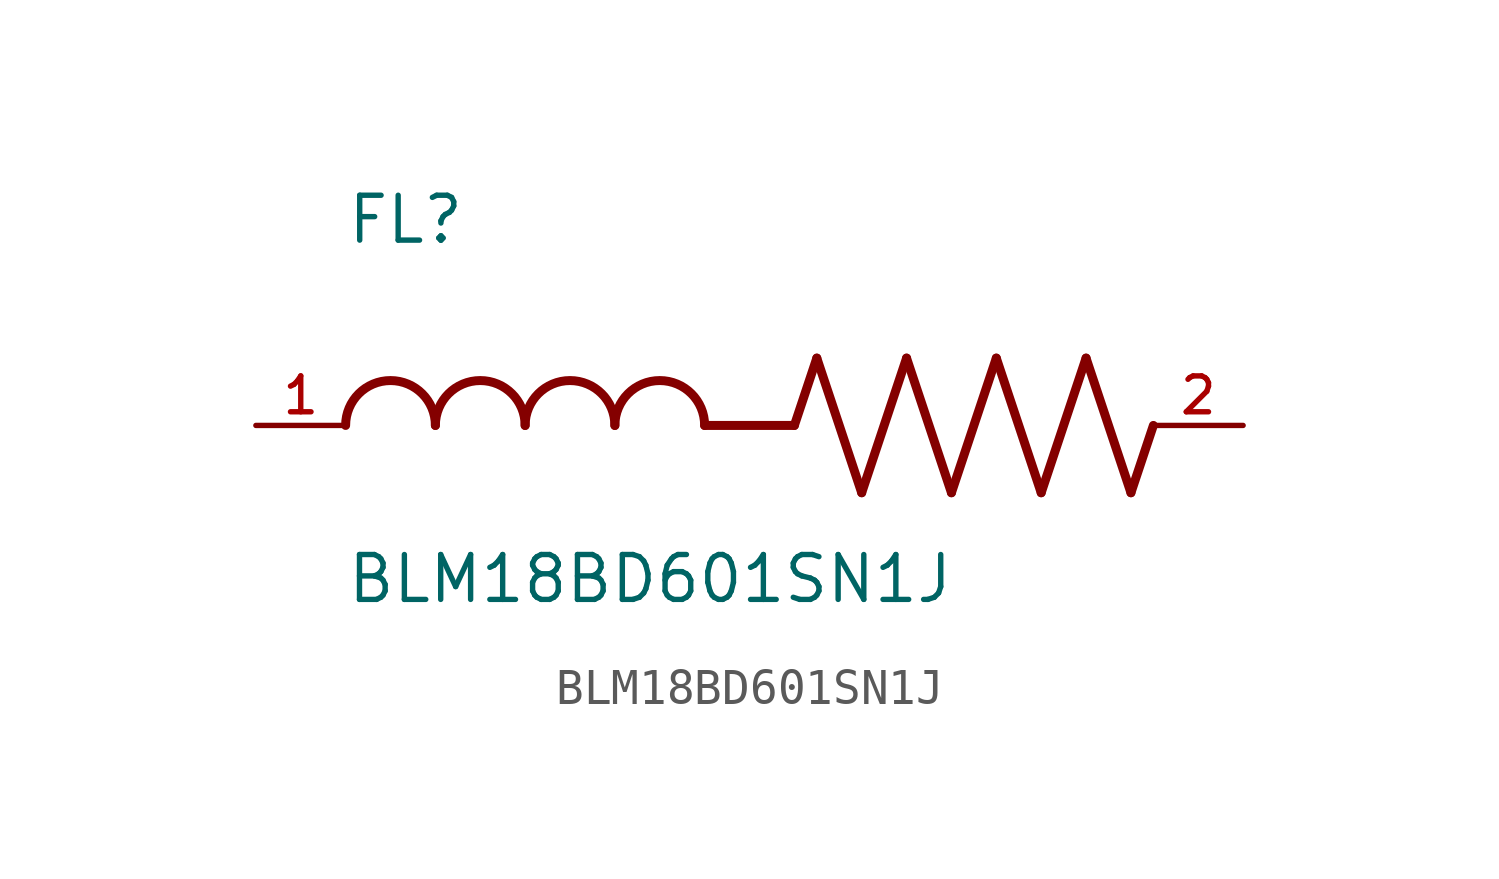
<source format=kicad_sym>
(kicad_symbol_lib
  (version 20211014)
  (generator kicad_symbol_editor)
  (symbol "BLM18BD601SN1J"
    (pin_names
      (offset 1.016))
    (property "Reference" "FL"
      (at -12.704 5.081 0)
      (effects (font (size 1.27 1.27)) (justify bottom left)))
    (property "Value" "BLM18BD601SN1J"
      (at -12.71 -5.087 0)
      (effects (font (size 1.27 1.27)) (justify bottom left)))
    (symbol "BLM18BD601SN1J_0_0"
      (polyline (pts (xy 0.0 0.0) (xy 0.635 1.905)) (stroke (width 0.254)))
      (polyline (pts (xy 0.635 1.905) (xy 1.905 -1.905)) (stroke (width 0.254)))
      (polyline (pts (xy 1.905 -1.905) (xy 3.175 1.905)) (stroke (width 0.254)))
      (polyline (pts (xy 3.175 1.905) (xy 4.445 -1.905)) (stroke (width 0.254)))
      (polyline (pts (xy 4.445 -1.905) (xy 5.715 1.905)) (stroke (width 0.254)))
      (polyline (pts (xy 5.715 1.905) (xy 6.985 -1.905)) (stroke (width 0.254)))
      (polyline (pts (xy 6.985 -1.905) (xy 8.255 1.905)) (stroke (width 0.254)))
      (polyline (pts (xy 8.255 1.905) (xy 9.525 -1.905)) (stroke (width 0.254)))
      (polyline (pts (xy 9.525 -1.905) (xy 10.16 0.0)) (stroke (width 0.254)))
      (arc (start -10.16 0.0) (mid -11.43 1.27) (end -12.7 0.0) (stroke (width 0.254) (type default) (color 0 0 0 0)) (fill (type none)))
      (arc (start -7.62 0.0) (mid -8.89 1.27) (end -10.16 0.0) (stroke (width 0.254) (type default) (color 0 0 0 0)) (fill (type none)))
      (arc (start -5.08 0.0) (mid -6.35 1.27) (end -7.62 0.0) (stroke (width 0.254) (type default) (color 0 0 0 0)) (fill (type none)))
      (arc (start -2.54 0.0) (mid -3.81 1.27) (end -5.08 0.0) (stroke (width 0.254) (type default) (color 0 0 0 0)) (fill (type none)))
      (polyline (pts (xy 0.0 0.0) (xy -2.54 0.0)) (stroke (width 0.254)))
      (pin passive line (at 12.7 0.0 180.0) (length 2.54) (name "~" (effects (font (size 1.016 1.016)))) (number "2" (effects (font (size 1.016 1.016)))))
      (pin passive line (at -15.24 0.0 0) (length 2.54) (name "~" (effects (font (size 1.016 1.016)))) (number "1" (effects (font (size 1.016 1.016))))))))
</source>
